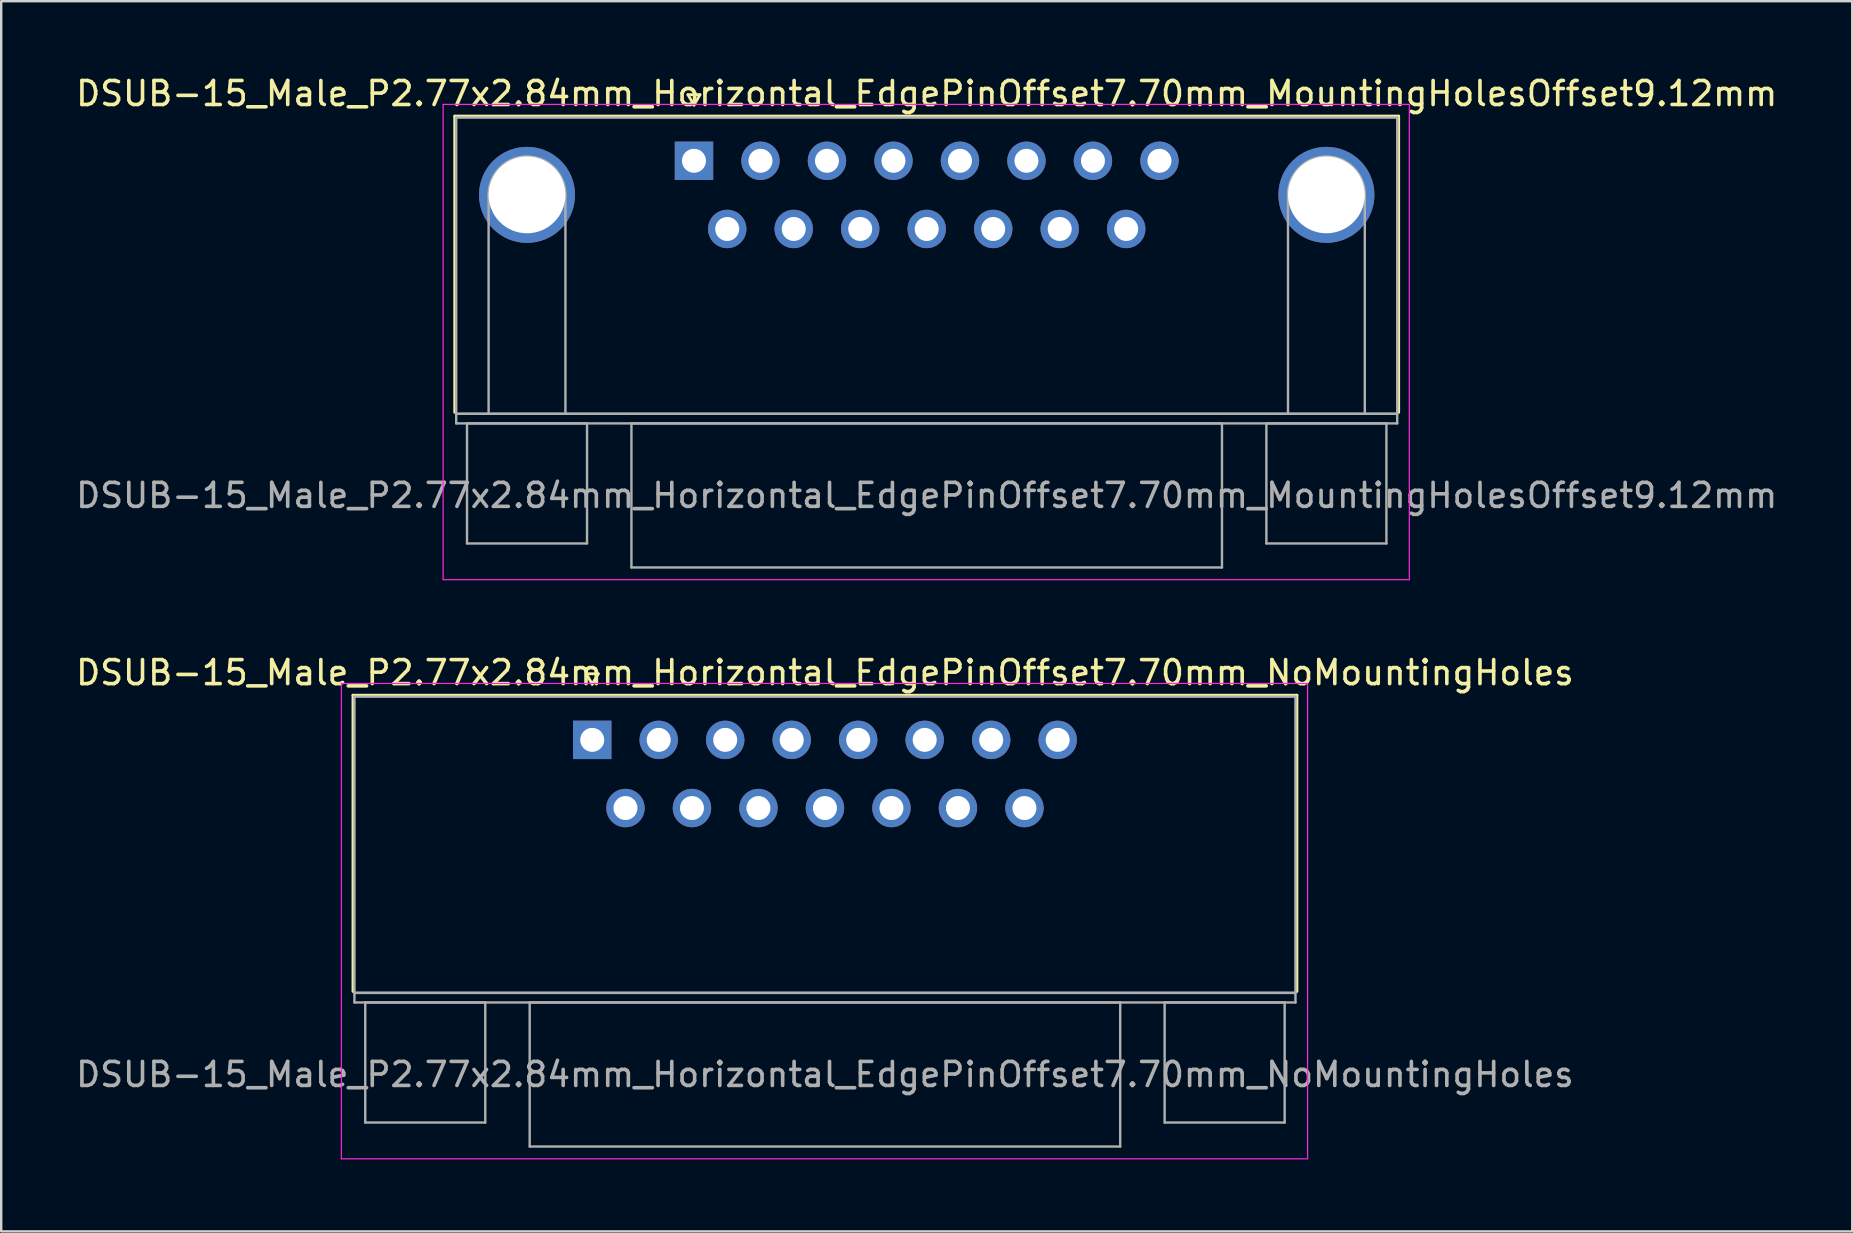
<source format=kicad_pcb>
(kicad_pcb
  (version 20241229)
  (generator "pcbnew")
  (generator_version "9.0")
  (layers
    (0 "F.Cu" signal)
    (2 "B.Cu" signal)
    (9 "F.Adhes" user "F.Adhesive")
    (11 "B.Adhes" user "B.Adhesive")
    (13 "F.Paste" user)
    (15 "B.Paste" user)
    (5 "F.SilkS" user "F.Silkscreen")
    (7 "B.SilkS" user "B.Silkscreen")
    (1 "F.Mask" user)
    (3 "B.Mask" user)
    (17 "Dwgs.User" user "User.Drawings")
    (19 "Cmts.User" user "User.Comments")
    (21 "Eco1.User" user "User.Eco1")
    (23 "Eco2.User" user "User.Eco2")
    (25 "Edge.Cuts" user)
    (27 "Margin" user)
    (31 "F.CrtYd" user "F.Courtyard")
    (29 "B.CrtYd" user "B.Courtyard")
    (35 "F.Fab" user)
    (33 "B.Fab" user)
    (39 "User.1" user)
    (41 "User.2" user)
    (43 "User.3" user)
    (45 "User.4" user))
  (footprint "DSUB-15_Male_P2.77x2.84mm_Horizontal_EdgePinOffset7.70mm_MountingHolesOffset9.12mm"
    (layer "F.Cu")
    (at 25.859 3.648)
    (property "Reference" "DSUB-15_Male_P2.77x2.84mm_Horizontal_EdgePinOffset7.70mm_MountingHolesOffset9.12mm" (at 9.695 -2.8 0) (layer "F.SilkS") (effects (font (size 1 1) (thickness 0.15))))
    (attr through_hole)
    (fp_line (start -9.965 -1.86) (end 29.355 -1.86) (stroke (width 0.12) (type solid)) (layer "F.SilkS"))
    (fp_line (start -9.965 10.48) (end -9.965 -1.86) (stroke (width 0.12) (type solid)) (layer "F.SilkS"))
    (fp_line (start -0.25 -2.754) (end 0.25 -2.754) (stroke (width 0.12) (type solid)) (layer "F.SilkS"))
    (fp_line (start 0 -2.321) (end -0.25 -2.754) (stroke (width 0.12) (type solid)) (layer "F.SilkS"))
    (fp_line (start 0.25 -2.754) (end 0 -2.321) (stroke (width 0.12) (type solid)) (layer "F.SilkS"))
    (fp_line (start 29.355 -1.86) (end 29.355 10.48) (stroke (width 0.12) (type solid)) (layer "F.SilkS"))
    (fp_line (start -10.45 -2.35) (end -10.45 17.45) (stroke (width 0.05) (type solid)) (layer "F.CrtYd"))
    (fp_line (start -10.45 17.45) (end 29.8 17.45) (stroke (width 0.05) (type solid)) (layer "F.CrtYd"))
    (fp_line (start 29.8 -2.35) (end -10.45 -2.35) (stroke (width 0.05) (type solid)) (layer "F.CrtYd"))
    (fp_line (start 29.8 17.45) (end 29.8 -2.35) (stroke (width 0.05) (type solid)) (layer "F.CrtYd"))
    (fp_line (start -9.905 -1.8) (end -9.905 10.54) (stroke (width 0.1) (type solid)) (layer "F.Fab"))
    (fp_line (start -9.905 10.54) (end -9.905 10.94) (stroke (width 0.1) (type solid)) (layer "F.Fab"))
    (fp_line (start -9.905 10.54) (end 29.295 10.54) (stroke (width 0.1) (type solid)) (layer "F.Fab"))
    (fp_line (start -9.905 10.94) (end 29.295 10.94) (stroke (width 0.1) (type solid)) (layer "F.Fab"))
    (fp_line (start -9.455 10.94) (end -9.455 15.94) (stroke (width 0.1) (type solid)) (layer "F.Fab"))
    (fp_line (start -9.455 15.94) (end -4.455 15.94) (stroke (width 0.1) (type solid)) (layer "F.Fab"))
    (fp_line (start -8.555 10.54) (end -8.555 1.42) (stroke (width 0.1) (type solid)) (layer "F.Fab"))
    (fp_line (start -5.355 10.54) (end -5.355 1.42) (stroke (width 0.1) (type solid)) (layer "F.Fab"))
    (fp_line (start -4.455 10.94) (end -9.455 10.94) (stroke (width 0.1) (type solid)) (layer "F.Fab"))
    (fp_line (start -4.455 15.94) (end -4.455 10.94) (stroke (width 0.1) (type solid)) (layer "F.Fab"))
    (fp_line (start -2.605 10.94) (end -2.605 16.94) (stroke (width 0.1) (type solid)) (layer "F.Fab"))
    (fp_line (start -2.605 16.94) (end 21.995 16.94) (stroke (width 0.1) (type solid)) (layer "F.Fab"))
    (fp_line (start 21.995 10.94) (end -2.605 10.94) (stroke (width 0.1) (type solid)) (layer "F.Fab"))
    (fp_line (start 21.995 16.94) (end 21.995 10.94) (stroke (width 0.1) (type solid)) (layer "F.Fab"))
    (fp_line (start 23.845 10.94) (end 23.845 15.94) (stroke (width 0.1) (type solid)) (layer "F.Fab"))
    (fp_line (start 23.845 15.94) (end 28.845 15.94) (stroke (width 0.1) (type solid)) (layer "F.Fab"))
    (fp_line (start 24.745 10.54) (end 24.745 1.42) (stroke (width 0.1) (type solid)) (layer "F.Fab"))
    (fp_line (start 27.945 10.54) (end 27.945 1.42) (stroke (width 0.1) (type solid)) (layer "F.Fab"))
    (fp_line (start 28.845 10.94) (end 23.845 10.94) (stroke (width 0.1) (type solid)) (layer "F.Fab"))
    (fp_line (start 28.845 15.94) (end 28.845 10.94) (stroke (width 0.1) (type solid)) (layer "F.Fab"))
    (fp_line (start 29.295 -1.8) (end -9.905 -1.8) (stroke (width 0.1) (type solid)) (layer "F.Fab"))
    (fp_line (start 29.295 10.54) (end -9.905 10.54) (stroke (width 0.1) (type solid)) (layer "F.Fab"))
    (fp_line (start 29.295 10.54) (end 29.295 -1.8) (stroke (width 0.1) (type solid)) (layer "F.Fab"))
    (fp_line (start 29.295 10.94) (end 29.295 10.54) (stroke (width 0.1) (type solid)) (layer "F.Fab"))
    (fp_arc (start -8.555 1.42) (mid -6.955 -0.18) (end -5.355 1.42) (stroke (width 0.1) (type solid)) (layer "F.Fab"))
    (fp_arc (start 24.745 1.42) (mid 26.345 -0.18) (end 27.945 1.42) (stroke (width 0.1) (type solid)) (layer "F.Fab"))
    (fp_text user "${REFERENCE}" (at 9.695 13.94 0) (layer "F.Fab") (effects (font (size 1 1) (thickness 0.15))))
    (pad "0" thru_hole circle (at -6.955 1.42) (size 4 4) (drill 3.2) (layers "*.Cu" "*.Mask"))
    (pad "0" thru_hole circle (at 26.345 1.42) (size 4 4) (drill 3.2) (layers "*.Cu" "*.Mask"))
    (pad "1" thru_hole rect (at 0 0) (size 1.6 1.6) (drill 1) (layers "*.Cu" "*.Mask"))
    (pad "2" thru_hole circle (at 2.77 0) (size 1.6 1.6) (drill 1) (layers "*.Cu" "*.Mask"))
    (pad "3" thru_hole circle (at 5.54 0) (size 1.6 1.6) (drill 1) (layers "*.Cu" "*.Mask"))
    (pad "4" thru_hole circle (at 8.31 0) (size 1.6 1.6) (drill 1) (layers "*.Cu" "*.Mask"))
    (pad "5" thru_hole circle (at 11.08 0) (size 1.6 1.6) (drill 1) (layers "*.Cu" "*.Mask"))
    (pad "6" thru_hole circle (at 13.85 0) (size 1.6 1.6) (drill 1) (layers "*.Cu" "*.Mask"))
    (pad "7" thru_hole circle (at 16.62 0) (size 1.6 1.6) (drill 1) (layers "*.Cu" "*.Mask"))
    (pad "8" thru_hole circle (at 19.39 0) (size 1.6 1.6) (drill 1) (layers "*.Cu" "*.Mask"))
    (pad "9" thru_hole circle (at 1.385 2.84) (size 1.6 1.6) (drill 1) (layers "*.Cu" "*.Mask"))
    (pad "10" thru_hole circle (at 4.155 2.84) (size 1.6 1.6) (drill 1) (layers "*.Cu" "*.Mask"))
    (pad "11" thru_hole circle (at 6.925 2.84) (size 1.6 1.6) (drill 1) (layers "*.Cu" "*.Mask"))
    (pad "12" thru_hole circle (at 9.695 2.84) (size 1.6 1.6) (drill 1) (layers "*.Cu" "*.Mask"))
    (pad "13" thru_hole circle (at 12.465 2.84) (size 1.6 1.6) (drill 1) (layers "*.Cu" "*.Mask"))
    (pad "14" thru_hole circle (at 15.235 2.84) (size 1.6 1.6) (drill 1) (layers "*.Cu" "*.Mask"))
    (pad "15" thru_hole circle (at 18.005 2.84) (size 1.6 1.6) (drill 1) (layers "*.Cu" "*.Mask")))
  (footprint "DSUB-15_Male_P2.77x2.84mm_Horizontal_EdgePinOffset7.70mm_NoMountingHoles"
    (layer "F.Cu")
    (at 21.62 27.771)
    (property "Reference" "DSUB-15_Male_P2.77x2.84mm_Horizontal_EdgePinOffset7.70mm_NoMountingHoles" (at 9.695 -2.8 0) (layer "F.SilkS") (effects (font (size 1 1) (thickness 0.15))))
    (attr through_hole)
    (fp_line (start -9.965 -1.86) (end 29.355 -1.86) (stroke (width 0.12) (type solid)) (layer "F.SilkS"))
    (fp_line (start -9.965 10.48) (end -9.965 -1.86) (stroke (width 0.12) (type solid)) (layer "F.SilkS"))
    (fp_line (start -0.25 -2.754) (end 0.25 -2.754) (stroke (width 0.12) (type solid)) (layer "F.SilkS"))
    (fp_line (start 0 -2.321) (end -0.25 -2.754) (stroke (width 0.12) (type solid)) (layer "F.SilkS"))
    (fp_line (start 0.25 -2.754) (end 0 -2.321) (stroke (width 0.12) (type solid)) (layer "F.SilkS"))
    (fp_line (start 29.355 -1.86) (end 29.355 10.48) (stroke (width 0.12) (type solid)) (layer "F.SilkS"))
    (fp_line (start -10.45 -2.35) (end -10.45 17.45) (stroke (width 0.05) (type solid)) (layer "F.CrtYd"))
    (fp_line (start -10.45 17.45) (end 29.8 17.45) (stroke (width 0.05) (type solid)) (layer "F.CrtYd"))
    (fp_line (start 29.8 -2.35) (end -10.45 -2.35) (stroke (width 0.05) (type solid)) (layer "F.CrtYd"))
    (fp_line (start 29.8 17.45) (end 29.8 -2.35) (stroke (width 0.05) (type solid)) (layer "F.CrtYd"))
    (fp_line (start -9.905 -1.8) (end -9.905 10.54) (stroke (width 0.1) (type solid)) (layer "F.Fab"))
    (fp_line (start -9.905 10.54) (end -9.905 10.94) (stroke (width 0.1) (type solid)) (layer "F.Fab"))
    (fp_line (start -9.905 10.54) (end 29.295 10.54) (stroke (width 0.1) (type solid)) (layer "F.Fab"))
    (fp_line (start -9.905 10.94) (end 29.295 10.94) (stroke (width 0.1) (type solid)) (layer "F.Fab"))
    (fp_line (start -9.455 10.94) (end -9.455 15.94) (stroke (width 0.1) (type solid)) (layer "F.Fab"))
    (fp_line (start -9.455 15.94) (end -4.455 15.94) (stroke (width 0.1) (type solid)) (layer "F.Fab"))
    (fp_line (start -4.455 10.94) (end -9.455 10.94) (stroke (width 0.1) (type solid)) (layer "F.Fab"))
    (fp_line (start -4.455 15.94) (end -4.455 10.94) (stroke (width 0.1) (type solid)) (layer "F.Fab"))
    (fp_line (start -2.605 10.94) (end -2.605 16.94) (stroke (width 0.1) (type solid)) (layer "F.Fab"))
    (fp_line (start -2.605 16.94) (end 21.995 16.94) (stroke (width 0.1) (type solid)) (layer "F.Fab"))
    (fp_line (start 21.995 10.94) (end -2.605 10.94) (stroke (width 0.1) (type solid)) (layer "F.Fab"))
    (fp_line (start 21.995 16.94) (end 21.995 10.94) (stroke (width 0.1) (type solid)) (layer "F.Fab"))
    (fp_line (start 23.845 10.94) (end 23.845 15.94) (stroke (width 0.1) (type solid)) (layer "F.Fab"))
    (fp_line (start 23.845 15.94) (end 28.845 15.94) (stroke (width 0.1) (type solid)) (layer "F.Fab"))
    (fp_line (start 28.845 10.94) (end 23.845 10.94) (stroke (width 0.1) (type solid)) (layer "F.Fab"))
    (fp_line (start 28.845 15.94) (end 28.845 10.94) (stroke (width 0.1) (type solid)) (layer "F.Fab"))
    (fp_line (start 29.295 -1.8) (end -9.905 -1.8) (stroke (width 0.1) (type solid)) (layer "F.Fab"))
    (fp_line (start 29.295 10.54) (end -9.905 10.54) (stroke (width 0.1) (type solid)) (layer "F.Fab"))
    (fp_line (start 29.295 10.54) (end 29.295 -1.8) (stroke (width 0.1) (type solid)) (layer "F.Fab"))
    (fp_line (start 29.295 10.94) (end 29.295 10.54) (stroke (width 0.1) (type solid)) (layer "F.Fab"))
    (fp_text user "${REFERENCE}" (at 9.695 13.94 0) (layer "F.Fab") (effects (font (size 1 1) (thickness 0.15))))
    (pad "1" thru_hole rect (at 0 0) (size 1.6 1.6) (drill 1) (layers "*.Cu" "*.Mask"))
    (pad "2" thru_hole circle (at 2.77 0) (size 1.6 1.6) (drill 1) (layers "*.Cu" "*.Mask"))
    (pad "3" thru_hole circle (at 5.54 0) (size 1.6 1.6) (drill 1) (layers "*.Cu" "*.Mask"))
    (pad "4" thru_hole circle (at 8.31 0) (size 1.6 1.6) (drill 1) (layers "*.Cu" "*.Mask"))
    (pad "5" thru_hole circle (at 11.08 0) (size 1.6 1.6) (drill 1) (layers "*.Cu" "*.Mask"))
    (pad "6" thru_hole circle (at 13.85 0) (size 1.6 1.6) (drill 1) (layers "*.Cu" "*.Mask"))
    (pad "7" thru_hole circle (at 16.62 0) (size 1.6 1.6) (drill 1) (layers "*.Cu" "*.Mask"))
    (pad "8" thru_hole circle (at 19.39 0) (size 1.6 1.6) (drill 1) (layers "*.Cu" "*.Mask"))
    (pad "9" thru_hole circle (at 1.385 2.84) (size 1.6 1.6) (drill 1) (layers "*.Cu" "*.Mask"))
    (pad "10" thru_hole circle (at 4.155 2.84) (size 1.6 1.6) (drill 1) (layers "*.Cu" "*.Mask"))
    (pad "11" thru_hole circle (at 6.925 2.84) (size 1.6 1.6) (drill 1) (layers "*.Cu" "*.Mask"))
    (pad "12" thru_hole circle (at 9.695 2.84) (size 1.6 1.6) (drill 1) (layers "*.Cu" "*.Mask"))
    (pad "13" thru_hole circle (at 12.465 2.84) (size 1.6 1.6) (drill 1) (layers "*.Cu" "*.Mask"))
    (pad "14" thru_hole circle (at 15.235 2.84) (size 1.6 1.6) (drill 1) (layers "*.Cu" "*.Mask"))
    (pad "15" thru_hole circle (at 18.005 2.84) (size 1.6 1.6) (drill 1) (layers "*.Cu" "*.Mask")))
  (gr_rect
    (start -3 -3)
    (end 74.107 48.246)
    (stroke (width 0.1) (type default))
    (fill no)
    (layer "Edge.Cuts")))
</source>
